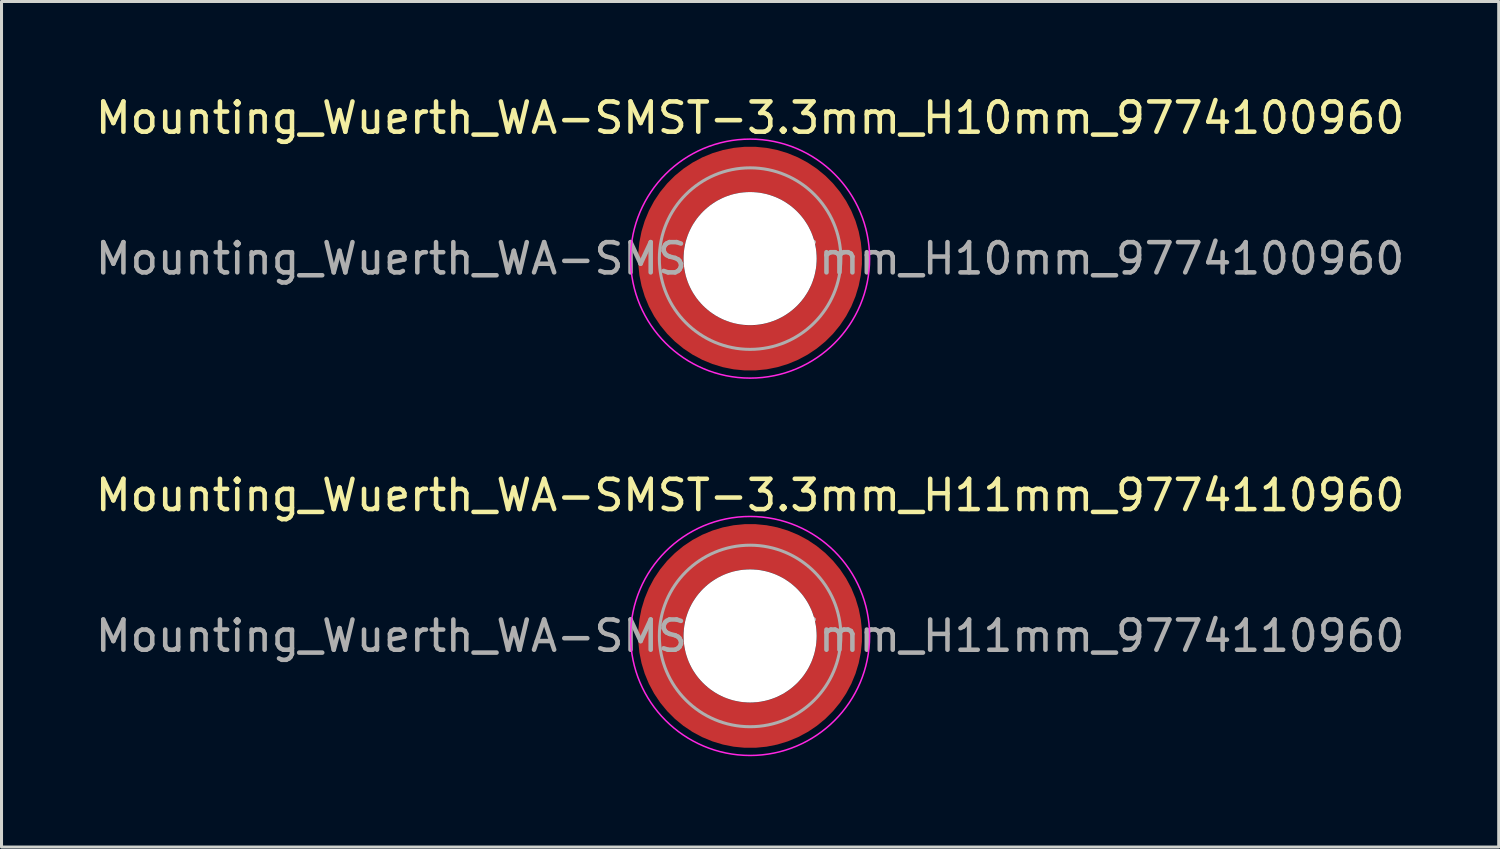
<source format=kicad_pcb>
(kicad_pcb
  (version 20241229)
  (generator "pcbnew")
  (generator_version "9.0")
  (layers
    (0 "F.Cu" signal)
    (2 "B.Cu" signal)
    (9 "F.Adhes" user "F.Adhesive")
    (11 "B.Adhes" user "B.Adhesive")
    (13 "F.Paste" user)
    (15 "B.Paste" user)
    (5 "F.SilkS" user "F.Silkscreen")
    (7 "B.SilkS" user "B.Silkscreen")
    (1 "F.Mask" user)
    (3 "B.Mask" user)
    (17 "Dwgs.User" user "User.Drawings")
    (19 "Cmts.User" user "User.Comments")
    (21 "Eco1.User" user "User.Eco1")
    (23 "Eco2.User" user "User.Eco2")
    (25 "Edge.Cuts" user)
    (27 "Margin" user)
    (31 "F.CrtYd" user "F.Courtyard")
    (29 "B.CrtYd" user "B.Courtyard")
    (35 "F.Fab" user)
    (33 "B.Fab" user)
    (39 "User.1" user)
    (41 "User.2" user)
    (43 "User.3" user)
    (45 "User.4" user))
  (footprint "Mounting_Wuerth_WA-SMST-3.3mm_H10mm_9774100960"
    (layer "F.Cu")
    (at 21.744 5.498)
    (property "Reference" "Mounting_Wuerth_WA-SMST-3.3mm_H10mm_9774100960" (at 0 -4.65 0) (layer "F.SilkS") (effects (font (size 1 1) (thickness 0.15))))
    (attr smd allow_soldermask_bridges)
    (fp_circle (center 0 0) (end 3.95 0) (stroke (width 0.05) (type solid)) (fill no) (layer "F.CrtYd"))
    (fp_circle (center 0 0) (end 3 0) (stroke (width 0.1) (type solid)) (fill no) (layer "F.Fab"))
    (fp_text user "${REFERENCE}" (at 0 0 0) (layer "F.Fab") (effects (font (size 1 1) (thickness 0.15))))
    (pad "" smd custom (at -2.058 -2.058) (size 0.55 0.55) (layers "F.Paste") (options (anchor circle)) (primitives (gr_arc (start -0.377294 1.707681) (mid 0.318198 0.318198) (end 1.707681 -0.377294) (width 0.2)) (gr_arc (start -0.478281 1.707681) (mid 0.247487 0.247487) (end 1.707681 -0.478281) (width 0.2)) (gr_arc (start -0.579192 1.707681) (mid 0.176777 0.176777) (end 1.707681 -0.579192) (width 0.2)) (gr_arc (start -0.680037 1.707681) (mid 0.106066 0.106066) (end 1.707681 -0.680037) (width 0.2)) (gr_arc (start -0.780822 1.707681) (mid 0.035355 0.035355) (end 1.707681 -0.780822) (width 0.2)) (gr_arc (start -0.881554 1.707681) (mid -0.035355 -0.035355) (end 1.707681 -0.881554) (width 0.2)) (gr_arc (start -0.982237 1.707681) (mid -0.106066 -0.106066) (end 1.707681 -0.982237) (width 0.2)) (gr_arc (start -1.082877 1.707681) (mid -0.176777 -0.176777) (end 1.707681 -1.082877) (width 0.2)) (gr_arc (start -1.183476 1.707681) (mid -0.247487 -0.247487) (end 1.707681 -1.183476) (width 0.2)) (gr_arc (start -1.28404 1.707681) (mid -0.318198 -0.318198) (end 1.707681 -1.28404) (width 0.2)) (gr_line (start 1.708 -0.377) (end 1.708 -1.284) (width 0.2)) (gr_line (start -0.377 1.708) (end -1.284 1.708) (width 0.2))))
    (pad "" smd custom (at -2.058 2.058) (size 0.55 0.55) (layers "F.Paste") (options (anchor circle)) (primitives (gr_arc (start 1.707681 0.377294) (mid 0.318198 -0.318198) (end -0.377294 -1.707681) (width 0.2)) (gr_arc (start 1.707681 0.478281) (mid 0.247487 -0.247487) (end -0.478281 -1.707681) (width 0.2)) (gr_arc (start 1.707681 0.579192) (mid 0.176777 -0.176777) (end -0.579192 -1.707681) (width 0.2)) (gr_arc (start 1.707681 0.680037) (mid 0.106066 -0.106066) (end -0.680037 -1.707681) (width 0.2)) (gr_arc (start 1.707681 0.780822) (mid 0.035355 -0.035355) (end -0.780822 -1.707681) (width 0.2)) (gr_arc (start 1.707681 0.881554) (mid -0.035355 0.035355) (end -0.881554 -1.707681) (width 0.2)) (gr_arc (start 1.707681 0.982237) (mid -0.106066 0.106066) (end -0.982237 -1.707681) (width 0.2)) (gr_arc (start 1.707681 1.082877) (mid -0.176777 0.176777) (end -1.082877 -1.707681) (width 0.2)) (gr_arc (start 1.707681 1.183476) (mid -0.247487 0.247487) (end -1.183476 -1.707681) (width 0.2)) (gr_arc (start 1.707681 1.28404) (mid -0.318198 0.318198) (end -1.28404 -1.707681) (width 0.2)) (gr_line (start -0.377 -1.708) (end -1.284 -1.708) (width 0.2)) (gr_line (start 1.708 0.377) (end 1.708 1.284) (width 0.2))))
    (pad "" np_thru_hole circle (at 0 0) (size 4.4 4.4) (drill 4.4) (layers "*.Cu" "*.Mask"))
    (pad "" smd custom (at 2.058 -2.058) (size 0.55 0.55) (layers "F.Paste") (options (anchor circle)) (primitives (gr_arc (start -1.707681 -0.377294) (mid -0.318198 0.318198) (end 0.377294 1.707681) (width 0.2)) (gr_arc (start -1.707681 -0.478281) (mid -0.247487 0.247487) (end 0.478281 1.707681) (width 0.2)) (gr_arc (start -1.707681 -0.579192) (mid -0.176777 0.176777) (end 0.579192 1.707681) (width 0.2)) (gr_arc (start -1.707681 -0.680037) (mid -0.106066 0.106066) (end 0.680037 1.707681) (width 0.2)) (gr_arc (start -1.707681 -0.780822) (mid -0.035355 0.035355) (end 0.780822 1.707681) (width 0.2)) (gr_arc (start -1.707681 -0.881554) (mid 0.035355 -0.035355) (end 0.881554 1.707681) (width 0.2)) (gr_arc (start -1.707681 -0.982237) (mid 0.106066 -0.106066) (end 0.982237 1.707681) (width 0.2)) (gr_arc (start -1.707681 -1.082877) (mid 0.176777 -0.176777) (end 1.082877 1.707681) (width 0.2)) (gr_arc (start -1.707681 -1.183476) (mid 0.247487 -0.247487) (end 1.183476 1.707681) (width 0.2)) (gr_arc (start -1.707681 -1.28404) (mid 0.318198 -0.318198) (end 1.28404 1.707681) (width 0.2)) (gr_line (start 0.377 1.708) (end 1.284 1.708) (width 0.2)) (gr_line (start -1.708 -0.377) (end -1.708 -1.284) (width 0.2))))
    (pad "" smd custom (at 2.058 2.058) (size 0.55 0.55) (layers "F.Paste") (options (anchor circle)) (primitives (gr_arc (start 0.377294 -1.707681) (mid -0.318198 -0.318198) (end -1.707681 0.377294) (width 0.2)) (gr_arc (start 0.478281 -1.707681) (mid -0.247487 -0.247487) (end -1.707681 0.478281) (width 0.2)) (gr_arc (start 0.579192 -1.707681) (mid -0.176777 -0.176777) (end -1.707681 0.579192) (width 0.2)) (gr_arc (start 0.680037 -1.707681) (mid -0.106066 -0.106066) (end -1.707681 0.680037) (width 0.2)) (gr_arc (start 0.780822 -1.707681) (mid -0.035355 -0.035355) (end -1.707681 0.780822) (width 0.2)) (gr_arc (start 0.881554 -1.707681) (mid 0.035355 0.035355) (end -1.707681 0.881554) (width 0.2)) (gr_arc (start 0.982237 -1.707681) (mid 0.106066 0.106066) (end -1.707681 0.982237) (width 0.2)) (gr_arc (start 1.082877 -1.707681) (mid 0.176777 0.176777) (end -1.707681 1.082877) (width 0.2)) (gr_arc (start 1.183476 -1.707681) (mid 0.247487 0.247487) (end -1.707681 1.183476) (width 0.2)) (gr_arc (start 1.28404 -1.707681) (mid 0.318198 0.318198) (end -1.707681 1.28404) (width 0.2)) (gr_line (start -1.708 0.377) (end -1.708 1.284) (width 0.2)) (gr_line (start 0.377 -1.708) (end 1.284 -1.708) (width 0.2))))
    (pad "1" smd circle (at -2.95 0) (size 0.992 0.992) (layers "F.Cu"))
    (pad "1" smd circle (at 0 -2.95) (size 0.992 0.992) (layers "F.Cu"))
    (pad "1" smd circle (at 0 2.95) (size 0.992 0.992) (layers "F.Cu"))
    (pad "1" smd custom (at 2.95 0) (size 1.5 1.5) (layers "F.Cu" "F.Mask") (options (anchor circle)) (primitives (gr_circle (center -2.95 0) (end 0 0) (width 1.5) (fill no)))))
  (footprint "Mounting_Wuerth_WA-SMST-3.3mm_H11mm_9774110960"
    (layer "F.Cu")
    (at 21.744 17.971)
    (property "Reference" "Mounting_Wuerth_WA-SMST-3.3mm_H11mm_9774110960" (at 0 -4.65 0) (layer "F.SilkS") (effects (font (size 1 1) (thickness 0.15))))
    (attr smd allow_soldermask_bridges)
    (fp_circle (center 0 0) (end 3.95 0) (stroke (width 0.05) (type solid)) (fill no) (layer "F.CrtYd"))
    (fp_circle (center 0 0) (end 3 0) (stroke (width 0.1) (type solid)) (fill no) (layer "F.Fab"))
    (fp_text user "${REFERENCE}" (at 0 0 0) (layer "F.Fab") (effects (font (size 1 1) (thickness 0.15))))
    (pad "" smd custom (at -2.058 -2.058) (size 0.55 0.55) (layers "F.Paste") (options (anchor circle)) (primitives (gr_arc (start -0.377294 1.707681) (mid 0.318198 0.318198) (end 1.707681 -0.377294) (width 0.2)) (gr_arc (start -0.478281 1.707681) (mid 0.247487 0.247487) (end 1.707681 -0.478281) (width 0.2)) (gr_arc (start -0.579192 1.707681) (mid 0.176777 0.176777) (end 1.707681 -0.579192) (width 0.2)) (gr_arc (start -0.680037 1.707681) (mid 0.106066 0.106066) (end 1.707681 -0.680037) (width 0.2)) (gr_arc (start -0.780822 1.707681) (mid 0.035355 0.035355) (end 1.707681 -0.780822) (width 0.2)) (gr_arc (start -0.881554 1.707681) (mid -0.035355 -0.035355) (end 1.707681 -0.881554) (width 0.2)) (gr_arc (start -0.982237 1.707681) (mid -0.106066 -0.106066) (end 1.707681 -0.982237) (width 0.2)) (gr_arc (start -1.082877 1.707681) (mid -0.176777 -0.176777) (end 1.707681 -1.082877) (width 0.2)) (gr_arc (start -1.183476 1.707681) (mid -0.247487 -0.247487) (end 1.707681 -1.183476) (width 0.2)) (gr_arc (start -1.28404 1.707681) (mid -0.318198 -0.318198) (end 1.707681 -1.28404) (width 0.2)) (gr_line (start 1.708 -0.377) (end 1.708 -1.284) (width 0.2)) (gr_line (start -0.377 1.708) (end -1.284 1.708) (width 0.2))))
    (pad "" smd custom (at -2.058 2.058) (size 0.55 0.55) (layers "F.Paste") (options (anchor circle)) (primitives (gr_arc (start 1.707681 0.377294) (mid 0.318198 -0.318198) (end -0.377294 -1.707681) (width 0.2)) (gr_arc (start 1.707681 0.478281) (mid 0.247487 -0.247487) (end -0.478281 -1.707681) (width 0.2)) (gr_arc (start 1.707681 0.579192) (mid 0.176777 -0.176777) (end -0.579192 -1.707681) (width 0.2)) (gr_arc (start 1.707681 0.680037) (mid 0.106066 -0.106066) (end -0.680037 -1.707681) (width 0.2)) (gr_arc (start 1.707681 0.780822) (mid 0.035355 -0.035355) (end -0.780822 -1.707681) (width 0.2)) (gr_arc (start 1.707681 0.881554) (mid -0.035355 0.035355) (end -0.881554 -1.707681) (width 0.2)) (gr_arc (start 1.707681 0.982237) (mid -0.106066 0.106066) (end -0.982237 -1.707681) (width 0.2)) (gr_arc (start 1.707681 1.082877) (mid -0.176777 0.176777) (end -1.082877 -1.707681) (width 0.2)) (gr_arc (start 1.707681 1.183476) (mid -0.247487 0.247487) (end -1.183476 -1.707681) (width 0.2)) (gr_arc (start 1.707681 1.28404) (mid -0.318198 0.318198) (end -1.28404 -1.707681) (width 0.2)) (gr_line (start -0.377 -1.708) (end -1.284 -1.708) (width 0.2)) (gr_line (start 1.708 0.377) (end 1.708 1.284) (width 0.2))))
    (pad "" np_thru_hole circle (at 0 0) (size 4.4 4.4) (drill 4.4) (layers "*.Cu" "*.Mask"))
    (pad "" smd custom (at 2.058 -2.058) (size 0.55 0.55) (layers "F.Paste") (options (anchor circle)) (primitives (gr_arc (start -1.707681 -0.377294) (mid -0.318198 0.318198) (end 0.377294 1.707681) (width 0.2)) (gr_arc (start -1.707681 -0.478281) (mid -0.247487 0.247487) (end 0.478281 1.707681) (width 0.2)) (gr_arc (start -1.707681 -0.579192) (mid -0.176777 0.176777) (end 0.579192 1.707681) (width 0.2)) (gr_arc (start -1.707681 -0.680037) (mid -0.106066 0.106066) (end 0.680037 1.707681) (width 0.2)) (gr_arc (start -1.707681 -0.780822) (mid -0.035355 0.035355) (end 0.780822 1.707681) (width 0.2)) (gr_arc (start -1.707681 -0.881554) (mid 0.035355 -0.035355) (end 0.881554 1.707681) (width 0.2)) (gr_arc (start -1.707681 -0.982237) (mid 0.106066 -0.106066) (end 0.982237 1.707681) (width 0.2)) (gr_arc (start -1.707681 -1.082877) (mid 0.176777 -0.176777) (end 1.082877 1.707681) (width 0.2)) (gr_arc (start -1.707681 -1.183476) (mid 0.247487 -0.247487) (end 1.183476 1.707681) (width 0.2)) (gr_arc (start -1.707681 -1.28404) (mid 0.318198 -0.318198) (end 1.28404 1.707681) (width 0.2)) (gr_line (start 0.377 1.708) (end 1.284 1.708) (width 0.2)) (gr_line (start -1.708 -0.377) (end -1.708 -1.284) (width 0.2))))
    (pad "" smd custom (at 2.058 2.058) (size 0.55 0.55) (layers "F.Paste") (options (anchor circle)) (primitives (gr_arc (start 0.377294 -1.707681) (mid -0.318198 -0.318198) (end -1.707681 0.377294) (width 0.2)) (gr_arc (start 0.478281 -1.707681) (mid -0.247487 -0.247487) (end -1.707681 0.478281) (width 0.2)) (gr_arc (start 0.579192 -1.707681) (mid -0.176777 -0.176777) (end -1.707681 0.579192) (width 0.2)) (gr_arc (start 0.680037 -1.707681) (mid -0.106066 -0.106066) (end -1.707681 0.680037) (width 0.2)) (gr_arc (start 0.780822 -1.707681) (mid -0.035355 -0.035355) (end -1.707681 0.780822) (width 0.2)) (gr_arc (start 0.881554 -1.707681) (mid 0.035355 0.035355) (end -1.707681 0.881554) (width 0.2)) (gr_arc (start 0.982237 -1.707681) (mid 0.106066 0.106066) (end -1.707681 0.982237) (width 0.2)) (gr_arc (start 1.082877 -1.707681) (mid 0.176777 0.176777) (end -1.707681 1.082877) (width 0.2)) (gr_arc (start 1.183476 -1.707681) (mid 0.247487 0.247487) (end -1.707681 1.183476) (width 0.2)) (gr_arc (start 1.28404 -1.707681) (mid 0.318198 0.318198) (end -1.707681 1.28404) (width 0.2)) (gr_line (start -1.708 0.377) (end -1.708 1.284) (width 0.2)) (gr_line (start 0.377 -1.708) (end 1.284 -1.708) (width 0.2))))
    (pad "1" smd circle (at -2.95 0) (size 0.992 0.992) (layers "F.Cu"))
    (pad "1" smd circle (at 0 -2.95) (size 0.992 0.992) (layers "F.Cu"))
    (pad "1" smd circle (at 0 2.95) (size 0.992 0.992) (layers "F.Cu"))
    (pad "1" smd custom (at 2.95 0) (size 1.5 1.5) (layers "F.Cu" "F.Mask") (options (anchor circle)) (primitives (gr_circle (center -2.95 0) (end 0 0) (width 1.5) (fill no)))))
  (gr_rect
    (start -3 -3)
    (end 46.488 24.947)
    (stroke (width 0.1) (type default))
    (fill no)
    (layer "Edge.Cuts")))
</source>
